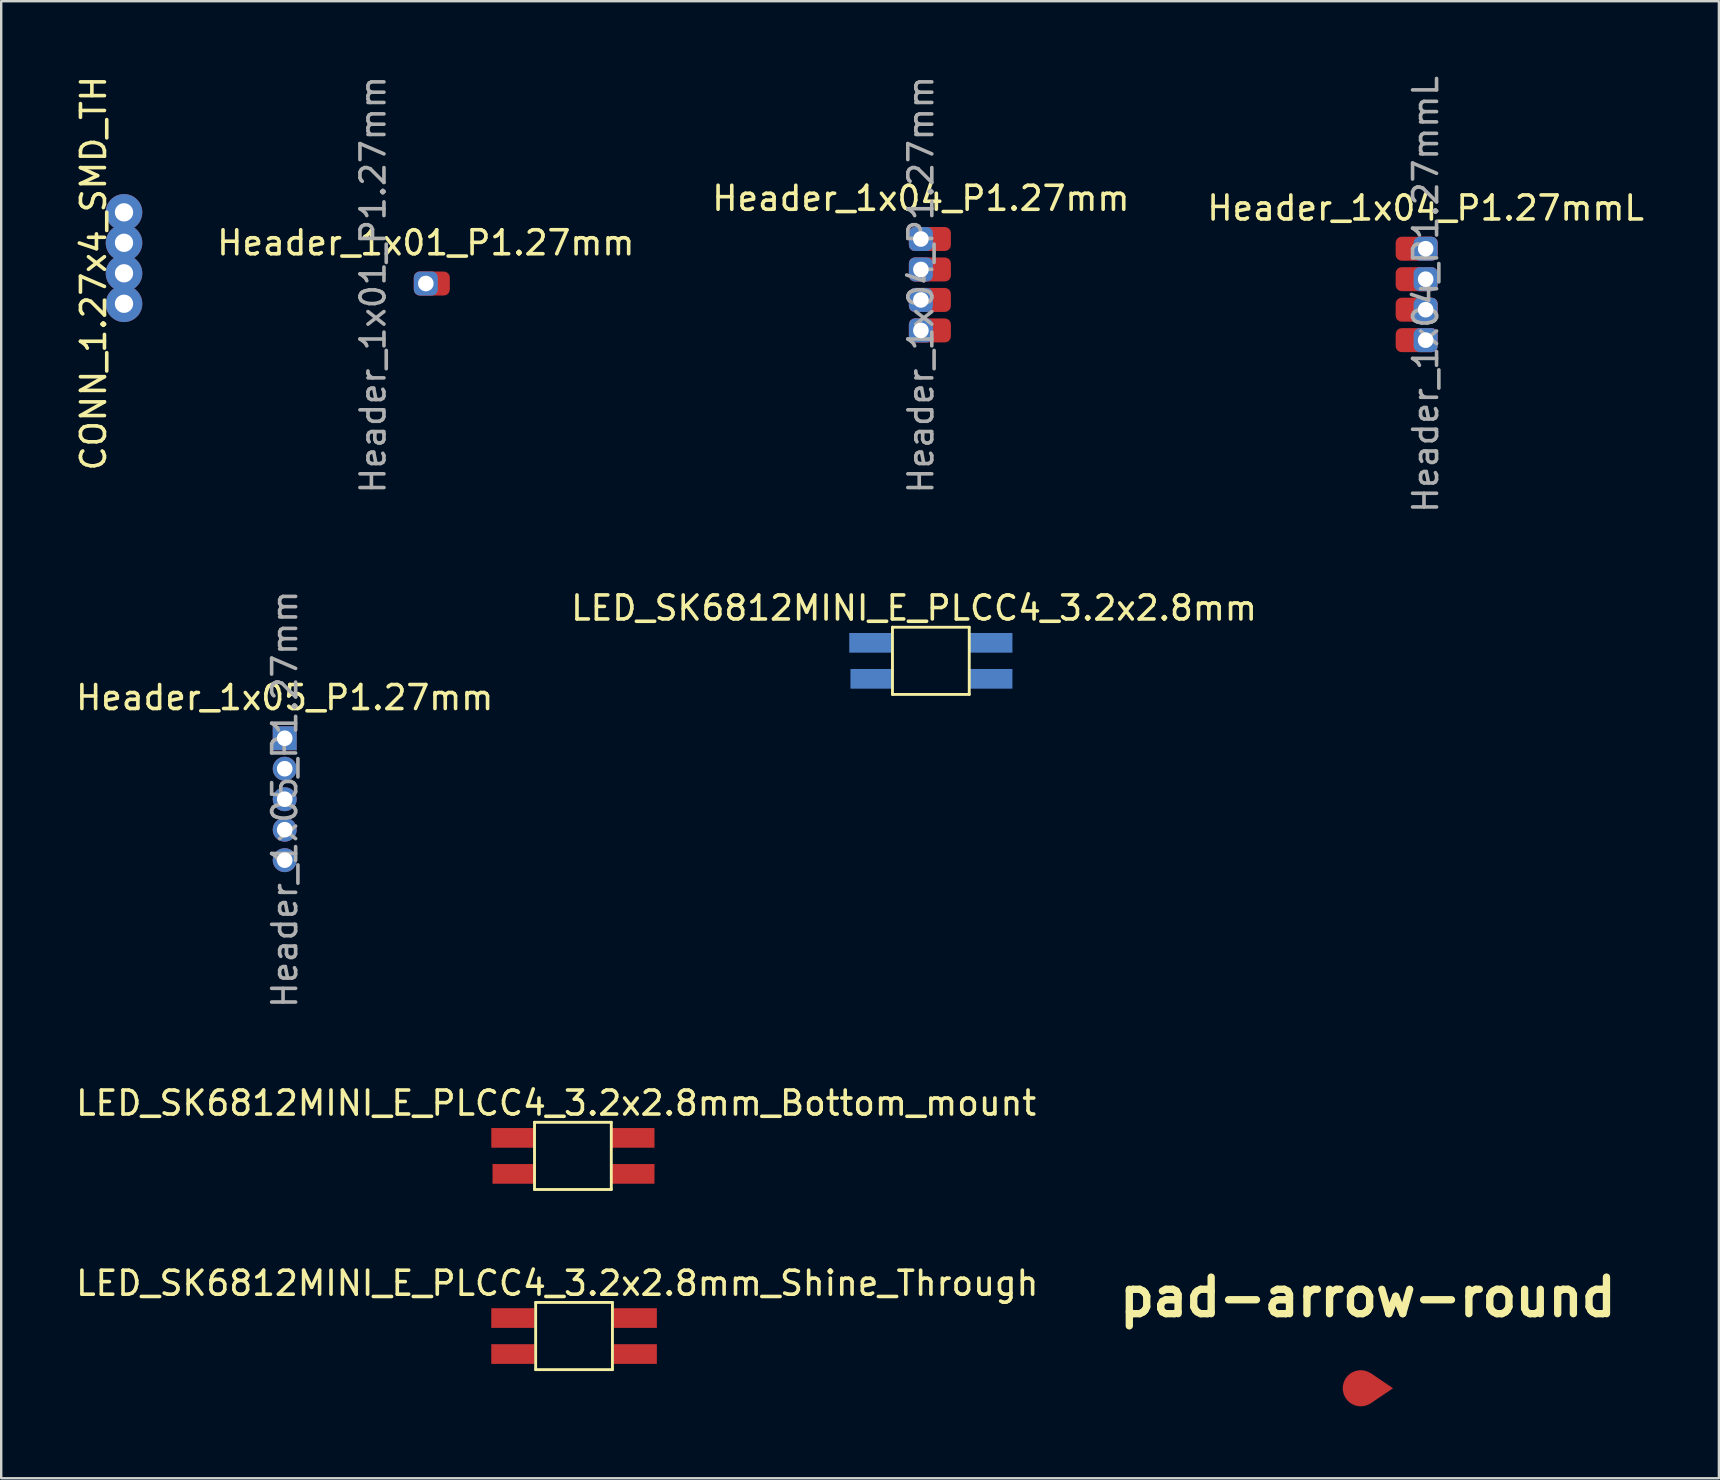
<source format=kicad_pcb>
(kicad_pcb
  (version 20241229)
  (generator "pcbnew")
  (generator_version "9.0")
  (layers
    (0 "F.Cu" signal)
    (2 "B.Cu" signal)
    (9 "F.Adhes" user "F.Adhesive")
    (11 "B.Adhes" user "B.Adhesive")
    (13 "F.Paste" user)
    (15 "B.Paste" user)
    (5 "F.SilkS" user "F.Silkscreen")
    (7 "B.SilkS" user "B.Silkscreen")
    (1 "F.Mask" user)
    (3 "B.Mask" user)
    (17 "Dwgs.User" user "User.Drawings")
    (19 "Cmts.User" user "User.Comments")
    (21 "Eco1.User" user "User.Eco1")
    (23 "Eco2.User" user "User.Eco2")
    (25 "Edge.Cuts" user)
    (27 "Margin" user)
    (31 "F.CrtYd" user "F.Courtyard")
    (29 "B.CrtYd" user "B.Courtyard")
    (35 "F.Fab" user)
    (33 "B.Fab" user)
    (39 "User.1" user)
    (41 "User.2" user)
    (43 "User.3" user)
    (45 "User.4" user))
  (footprint "LED_SK6812MINI_E_PLCC4_3.2x2.8mm_Bottom_mount"
    (layer "F.Cu")
    (at 20.825 45.12)
    (property "Reference" "LED_SK6812MINI_E_PLCC4_3.2x2.8mm_Bottom_mount" (at -0.7 -2.2 0) (layer "F.SilkS") (effects (font (size 1 1) (thickness 0.15))))
    (attr through_hole)
    (fp_line (start -1.6 -1.4) (end 1.6 -1.4) (stroke (width 0.12) (type solid)) (layer "F.SilkS"))
    (fp_line (start -1.6 1.4) (end -1.6 -1.4) (stroke (width 0.12) (type solid)) (layer "F.SilkS"))
    (fp_line (start 1.6 -1.4) (end 1.6 1.4) (stroke (width 0.12) (type solid)) (layer "F.SilkS"))
    (fp_line (start 1.6 1.4) (end -1.6 1.4) (stroke (width 0.12) (type solid)) (layer "F.SilkS"))
    (pad "1" smd rect (at 2.5 -0.75) (size 1.8 0.82) (layers "F.Cu" "F.Mask" "F.Paste"))
    (pad "2" smd rect (at 2.5 0.75) (size 1.8 0.82) (layers "F.Cu" "F.Mask" "F.Paste"))
    (pad "3" smd rect (at -2.45 0.75) (size 1.8 0.82) (layers "F.Cu" "F.Mask" "F.Paste"))
    (pad "4" smd rect (at -2.5 -0.75) (size 1.8 0.82) (layers "F.Cu" "F.Mask" "F.Paste")))
  (footprint "Header_1x04_P1.27mm"
    (layer "F.Cu")
    (at 35.327 6.91)
    (property "Reference" "Header_1x04_P1.27mm" (at 0 -1.695 0) (layer "F.SilkS") (effects (font (size 1 1) (thickness 0.15))))
    (attr through_hole)
    (fp_text user "${REFERENCE}" (at 0 1.905 90) (layer "F.Fab") (effects (font (size 1 1) (thickness 0.15))))
    (pad "1" thru_hole roundrect (at 0 0) (size 1 1) (drill 0.65) (layers "*.Cu" "*.Mask") (roundrect_rratio 0.25))
    (pad "1" smd roundrect (at 0 0) (size 1.75 1) (drill (offset 0.375 0)) (layers "F.Cu" "F.Mask" "F.Paste") (roundrect_rratio 0.25))
    (pad "2" thru_hole roundrect (at 0 1.27) (size 1 1) (drill 0.65) (layers "*.Cu" "*.Mask") (roundrect_rratio 0.25))
    (pad "2" smd roundrect (at 0 1.27) (size 1.75 1) (drill (offset 0.375 0)) (layers "F.Cu" "F.Mask" "F.Paste") (roundrect_rratio 0.25))
    (pad "3" thru_hole roundrect (at 0 2.54) (size 1 1) (drill 0.65) (layers "*.Cu" "*.Mask") (roundrect_rratio 0.25))
    (pad "3" smd roundrect (at 0 2.54) (size 1.75 1) (drill (offset 0.375 0)) (layers "F.Cu" "F.Mask" "F.Paste") (roundrect_rratio 0.25))
    (pad "4" thru_hole roundrect (at 0 3.81) (size 1 1) (drill 0.65) (layers "*.Cu" "*.Mask") (roundrect_rratio 0.25))
    (pad "4" smd roundrect (at 0 3.81) (size 1.75 1) (drill (offset 0.375 0)) (layers "F.Cu" "F.Mask" "F.Paste") (roundrect_rratio 0.25)))
  (footprint "Header_1x04_P1.27mmL"
    (layer "F.Cu")
    (at 56.362 7.315)
    (property "Reference" "Header_1x04_P1.27mmL" (at 0 -1.695 0) (layer "F.SilkS") (effects (font (size 1 1) (thickness 0.15))))
    (attr through_hole)
    (fp_text user "${REFERENCE}" (at 0 1.905 90) (layer "F.Fab") (effects (font (size 1 1) (thickness 0.15))))
    (pad "1" thru_hole roundrect (at 0 0) (size 1 1) (drill 0.65) (layers "*.Cu" "*.Mask") (roundrect_rratio 0.25))
    (pad "1" smd roundrect (at 0 0) (size 1.75 1) (drill (offset -0.375 0)) (layers "F.Cu" "F.Mask" "F.Paste") (roundrect_rratio 0.25))
    (pad "2" thru_hole roundrect (at 0 1.27) (size 1 1) (drill 0.65) (layers "*.Cu" "*.Mask") (roundrect_rratio 0.25))
    (pad "2" smd roundrect (at 0 1.27) (size 1.75 1) (drill (offset -0.375 0)) (layers "F.Cu" "F.Mask" "F.Paste") (roundrect_rratio 0.25))
    (pad "3" thru_hole roundrect (at 0 2.54) (size 1 1) (drill 0.65) (layers "*.Cu" "*.Mask") (roundrect_rratio 0.25))
    (pad "3" smd roundrect (at 0 2.54) (size 1.75 1) (drill (offset -0.375 0)) (layers "F.Cu" "F.Mask" "F.Paste") (roundrect_rratio 0.25))
    (pad "4" thru_hole roundrect (at 0 3.81) (size 1 1) (drill 0.65) (layers "*.Cu" "*.Mask") (roundrect_rratio 0.25))
    (pad "4" smd roundrect (at 0 3.81) (size 1.75 1) (drill (offset -0.375 0)) (layers "F.Cu" "F.Mask" "F.Paste") (roundrect_rratio 0.25)))
  (footprint "CONN_1.27x4_SMD_TH"
    (layer "F.Cu")
    (at 2.118 7.704)
    (property "Reference" "CONN_1.27x4_SMD_TH" (at -1.27 0.635 90) (layer "F.SilkS") (effects (font (size 1 1) (thickness 0.15))))
    (attr through_hole)
    (pad "1" thru_hole circle (at 0 -1.905) (size 1.524 1.524) (drill 0.762) (layers "*.Cu" "*.Mask"))
    (pad "2" thru_hole circle (at 0 -0.635) (size 1.524 1.524) (drill 0.762) (layers "*.Cu" "*.Mask"))
    (pad "3" thru_hole circle (at 0 0.635) (size 1.524 1.524) (drill 0.762) (layers "*.Cu" "*.Mask"))
    (pad "4" thru_hole circle (at 0 1.905) (size 1.524 1.524) (drill 0.762) (layers "*.Cu" "*.Mask")))
  (footprint "LED_SK6812MINI_E_PLCC4_3.2x2.8mm"
    (layer "F.Cu")
    (at 35.742 24.489)
    (property "Reference" "LED_SK6812MINI_E_PLCC4_3.2x2.8mm" (at -0.7 -2.2 0) (layer "F.SilkS") (effects (font (size 1 1) (thickness 0.15))))
    (attr through_hole)
    (fp_line (start -1.6 -1.4) (end 1.6 -1.4) (stroke (width 0.12) (type solid)) (layer "F.SilkS"))
    (fp_line (start -1.6 1.4) (end -1.6 -1.4) (stroke (width 0.12) (type solid)) (layer "F.SilkS"))
    (fp_line (start 1.6 -1.4) (end 1.6 1.4) (stroke (width 0.12) (type solid)) (layer "F.SilkS"))
    (fp_line (start 1.6 1.4) (end -1.6 1.4) (stroke (width 0.12) (type solid)) (layer "F.SilkS"))
    (pad "1" smd rect (at 2.5 -0.75) (size 1.8 0.82) (layers "F.Mask" "B.Cu" "F.Paste"))
    (pad "2" smd rect (at 2.5 0.75) (size 1.8 0.82) (layers "F.Mask" "B.Cu" "F.Paste"))
    (pad "3" smd rect (at -2.45 0.75) (size 1.8 0.82) (layers "F.Mask" "B.Cu" "F.Paste"))
    (pad "4" smd rect (at -2.5 -0.75) (size 1.8 0.82) (layers "F.Mask" "B.Cu" "F.Paste")))
  (footprint "LED_SK6812MINI_E_PLCC4_3.2x2.8mm_Shine_Through"
    (layer "F.Cu")
    (at 20.873 52.628)
    (property "Reference" "LED_SK6812MINI_E_PLCC4_3.2x2.8mm_Shine_Through" (at -0.7 -2.2 0) (layer "F.SilkS") (effects (font (size 1 1) (thickness 0.15))))
    (attr through_hole)
    (fp_line (start -1.6 -1.4) (end 1.6 -1.4) (stroke (width 0.12) (type solid)) (layer "F.SilkS"))
    (fp_line (start -1.6 1.4) (end -1.6 -1.4) (stroke (width 0.12) (type solid)) (layer "F.SilkS"))
    (fp_line (start 1.6 -1.4) (end 1.6 1.4) (stroke (width 0.12) (type solid)) (layer "F.SilkS"))
    (fp_line (start 1.6 1.4) (end -1.6 1.4) (stroke (width 0.12) (type solid)) (layer "F.SilkS"))
    (pad "1" smd rect (at 2.55 0.75) (size 1.8 0.82) (layers "F.Cu" "F.Mask" "F.Paste"))
    (pad "2" smd rect (at 2.55 -0.75) (size 1.8 0.82) (layers "F.Cu" "F.Mask" "F.Paste"))
    (pad "3" smd rect (at -2.55 -0.75) (size 1.8 0.82) (layers "F.Cu" "F.Mask" "F.Paste"))
    (pad "4" smd rect (at -2.55 0.75) (size 1.8 0.82) (layers "F.Cu" "F.Mask" "F.Paste")))
  (footprint "Header_1x01_P1.27mm"
    (layer "F.Cu")
    (at 14.696 8.765)
    (property "Reference" "Header_1x01_P1.27mm" (at 0 -1.695 0) (layer "F.SilkS") (effects (font (size 1 1) (thickness 0.15))))
    (attr through_hole)
    (fp_text user "${REFERENCE}" (at -2.2 0.05 90) (layer "F.Fab") (effects (font (size 1 1) (thickness 0.15))))
    (pad "1" thru_hole roundrect (at 0 0) (size 1 1) (drill 0.65) (layers "*.Cu" "*.Mask") (roundrect_rratio 0.25))
    (pad "1" smd roundrect (at 0 0) (size 1.5 1) (drill (offset 0.25 0)) (layers "F.Cu" "F.Mask" "F.Paste") (roundrect_rratio 0.25)))
  (footprint "Header_1x05_P1.27mm"
    (layer "F.Cu")
    (at 8.815 27.716)
    (property "Reference" "Header_1x05_P1.27mm" (at 0 -1.695 0) (layer "F.SilkS") (effects (font (size 1 1) (thickness 0.15))))
    (attr through_hole)
    (fp_text user "${REFERENCE}" (at 0 2.54 90) (layer "F.Fab") (effects (font (size 1 1) (thickness 0.15))))
    (pad "1" thru_hole rect (at 0 0) (size 1 1) (drill 0.65) (layers "*.Cu" "*.Mask"))
    (pad "2" thru_hole oval (at 0 1.27) (size 1 1) (drill 0.65) (layers "*.Cu" "*.Mask"))
    (pad "3" thru_hole oval (at 0 2.54) (size 1 1) (drill 0.65) (layers "*.Cu" "*.Mask"))
    (pad "4" thru_hole oval (at 0 3.81) (size 1 1) (drill 0.65) (layers "*.Cu" "*.Mask"))
    (pad "5" thru_hole oval (at 0 5.08) (size 1 1) (drill 0.65) (layers "*.Cu" "*.Mask")))
  (footprint "pad-arrow-round"
    (layer "F.Cu")
    (at 53.955 54.804)
    (property "Reference" "pad-arrow-round" (at 0 -3.798 0) (layer "F.SilkS") (effects (font (size 1.524 1.524) (thickness 0.305))))
    (attr through_hole)
    (fp_poly (pts (xy -0.295 0.75) (xy -0.347 0.748) (xy -0.397 0.743) (xy -0.447 0.734) (xy -0.495 0.723) (xy -0.542 0.708) (xy -0.587 0.691) (xy -0.631 0.67) (xy -0.674 0.647) (xy -0.715 0.622) (xy -0.754 0.594) (xy -0.791 0.563) (xy -0.826 0.53) (xy -0.858 0.495) (xy -0.889 0.458) (xy -0.917 0.419) (xy -0.943 0.378) (xy -0.966 0.336) (xy -0.986 0.292) (xy -1.004 0.246) (xy -1.018 0.199) (xy -1.03 0.151) (xy -1.038 0.102) (xy -1.043 0.051) (xy -1.045 0) (xy -1.043 -0.051) (xy -1.038 -0.102) (xy -1.03 -0.151) (xy -1.018 -0.199) (xy -1.004 -0.246) (xy -0.986 -0.292) (xy -0.966 -0.336) (xy -0.943 -0.378) (xy -0.917 -0.419) (xy -0.889 -0.458) (xy -0.858 -0.495) (xy -0.826 -0.53) (xy -0.791 -0.563) (xy -0.754 -0.594) (xy -0.715 -0.622) (xy -0.674 -0.647) (xy -0.631 -0.67) (xy -0.587 -0.691) (xy -0.542 -0.708) (xy -0.495 -0.723) (xy -0.447 -0.734) (xy -0.397 -0.743) (xy -0.347 -0.748) (xy -0.295 -0.75) (xy -0.244 -0.748) (xy -0.193 -0.742) (xy -0.144 -0.734) (xy -0.095 -0.722) (xy -0.049 -0.706) (xy -0.003 -0.688) (xy 0.041 -0.667) (xy 0.084 -0.644) (xy 0.137 -0.617) (xy 1.045 0) (xy 0.137 0.613) (xy 0.108 0.63) (xy 0.084 0.644) (xy 0.041 0.668) (xy -0.003 0.689) (xy -0.049 0.707) (xy -0.095 0.722) (xy -0.143 0.734) (xy -0.193 0.743) (xy -0.243 0.748) (xy -0.295 0.75)) (stroke (width 0.003) (type solid)) (fill yes) (layer "F.Cu"))
    (fp_poly (pts (xy -0.295 0.75) (xy -0.347 0.748) (xy -0.397 0.743) (xy -0.447 0.734) (xy -0.495 0.723) (xy -0.542 0.708) (xy -0.587 0.691) (xy -0.631 0.67) (xy -0.674 0.647) (xy -0.715 0.622) (xy -0.754 0.594) (xy -0.791 0.563) (xy -0.826 0.53) (xy -0.858 0.495) (xy -0.889 0.458) (xy -0.917 0.419) (xy -0.943 0.378) (xy -0.966 0.336) (xy -0.986 0.292) (xy -1.004 0.246) (xy -1.018 0.199) (xy -1.03 0.151) (xy -1.038 0.102) (xy -1.043 0.051) (xy -1.045 0) (xy -1.043 -0.051) (xy -1.038 -0.102) (xy -1.03 -0.151) (xy -1.018 -0.199) (xy -1.004 -0.246) (xy -0.986 -0.292) (xy -0.966 -0.336) (xy -0.943 -0.378) (xy -0.917 -0.419) (xy -0.889 -0.458) (xy -0.858 -0.495) (xy -0.826 -0.53) (xy -0.791 -0.563) (xy -0.754 -0.594) (xy -0.715 -0.622) (xy -0.674 -0.647) (xy -0.631 -0.67) (xy -0.587 -0.691) (xy -0.542 -0.708) (xy -0.495 -0.723) (xy -0.447 -0.734) (xy -0.397 -0.743) (xy -0.347 -0.748) (xy -0.295 -0.75) (xy -0.244 -0.748) (xy -0.193 -0.742) (xy -0.144 -0.734) (xy -0.095 -0.722) (xy -0.049 -0.706) (xy -0.003 -0.688) (xy 0.041 -0.667) (xy 0.084 -0.644) (xy 0.137 -0.617) (xy 1.045 0) (xy 0.137 0.613) (xy 0.108 0.63) (xy 0.084 0.644) (xy 0.041 0.668) (xy -0.003 0.689) (xy -0.049 0.707) (xy -0.095 0.722) (xy -0.143 0.734) (xy -0.193 0.743) (xy -0.243 0.748) (xy -0.295 0.75)) (stroke (width 0.003) (type solid)) (fill yes) (layer "F.Mask")))
  (gr_rect
    (start -3 -3)
    (end 68.583 58.555)
    (stroke (width 0.1) (type default))
    (fill no)
    (layer "Edge.Cuts")))
</source>
